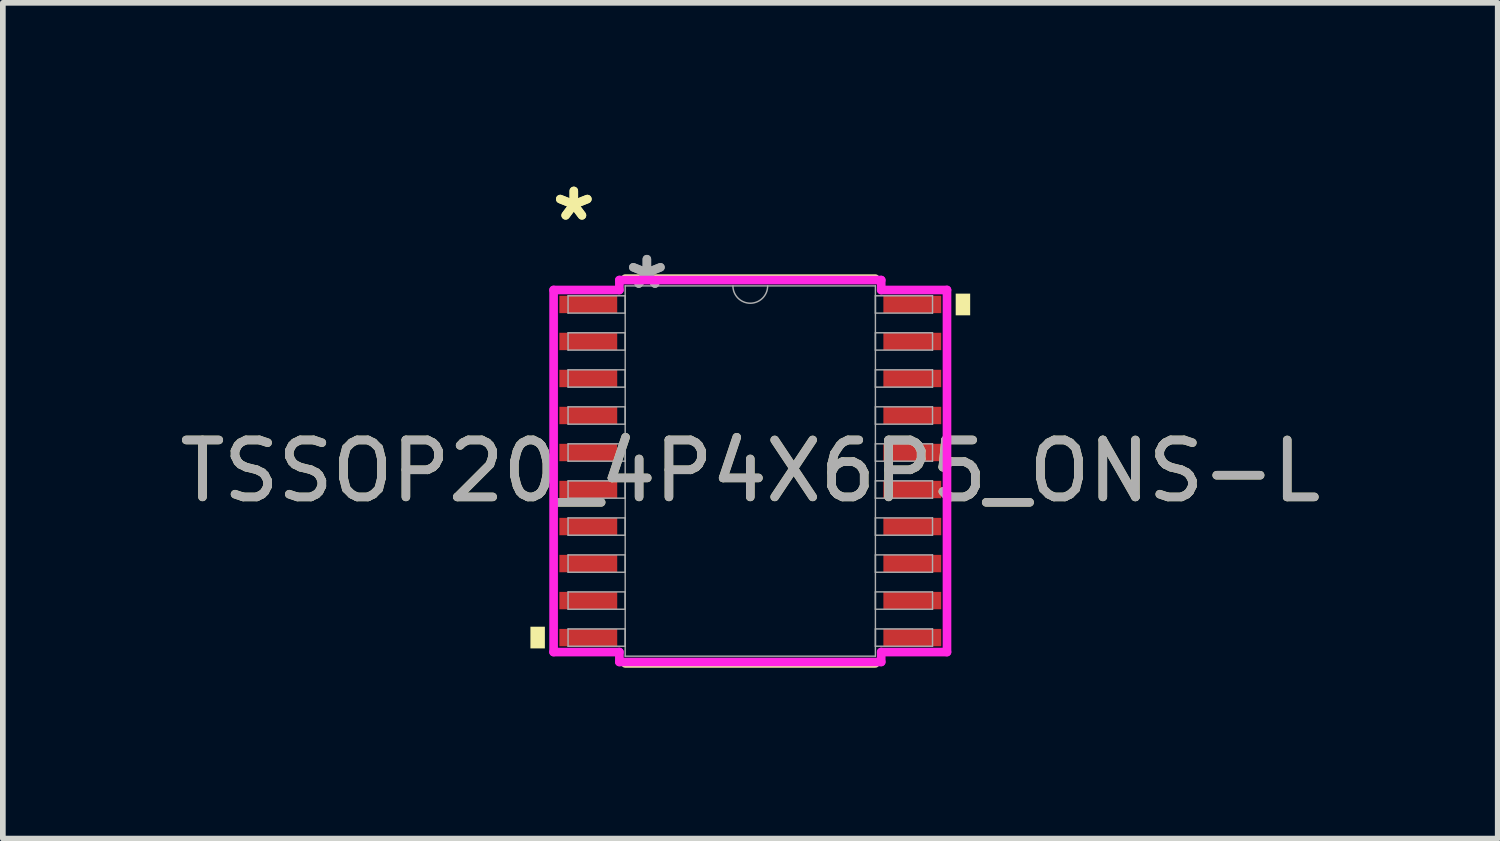
<source format=kicad_pcb>
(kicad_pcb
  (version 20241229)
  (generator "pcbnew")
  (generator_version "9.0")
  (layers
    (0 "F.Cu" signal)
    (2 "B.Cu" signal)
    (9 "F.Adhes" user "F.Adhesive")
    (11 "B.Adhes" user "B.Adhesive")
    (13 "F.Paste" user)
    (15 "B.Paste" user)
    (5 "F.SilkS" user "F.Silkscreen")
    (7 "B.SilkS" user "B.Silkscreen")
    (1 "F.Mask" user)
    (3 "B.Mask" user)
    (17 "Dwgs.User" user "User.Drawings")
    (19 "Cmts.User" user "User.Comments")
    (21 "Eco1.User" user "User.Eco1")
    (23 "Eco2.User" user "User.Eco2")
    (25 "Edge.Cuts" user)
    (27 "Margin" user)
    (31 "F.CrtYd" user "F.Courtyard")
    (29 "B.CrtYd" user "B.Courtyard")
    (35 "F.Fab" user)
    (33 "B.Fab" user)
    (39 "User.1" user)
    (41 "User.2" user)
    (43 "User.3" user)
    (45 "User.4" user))
  (footprint "TSSOP20_4P4X6P5_ONS-L"
    (layer "F.Cu")
    (at 10.125 5.221)
    (property "Reference" "TSSOP20_4P4X6P5_ONS-L" (at 0 0 0) (unlocked yes) (layer "F.SilkS") (effects (font (size 1 1) (thickness 0.15))))
    (attr smd)
    (fp_line (start -2.195 3.378) (end 2.195 3.378) (stroke (width 0.152) (type solid)) (layer "F.SilkS"))
    (fp_line (start 2.195 -3.378) (end -2.195 -3.378) (stroke (width 0.152) (type solid)) (layer "F.SilkS"))
    (fp_poly (pts (xy -3.861 2.734) (xy -3.861 3.115) (xy -3.607 3.115) (xy -3.607 2.734)) (stroke (width 0) (type solid)) (fill yes) (layer "F.SilkS"))
    (fp_poly (pts (xy 3.861 -3.115) (xy 3.861 -2.734) (xy 3.607 -2.734) (xy 3.607 -3.115)) (stroke (width 0) (type solid)) (fill yes) (layer "F.SilkS"))
    (fp_line (start -3.454 -3.179) (end -2.299 -3.179) (stroke (width 0.152) (type solid)) (layer "F.CrtYd"))
    (fp_line (start -3.454 3.179) (end -3.454 -3.179) (stroke (width 0.152) (type solid)) (layer "F.CrtYd"))
    (fp_line (start -3.454 3.179) (end -2.299 3.179) (stroke (width 0.152) (type solid)) (layer "F.CrtYd"))
    (fp_line (start -2.299 -3.353) (end 2.299 -3.353) (stroke (width 0.152) (type solid)) (layer "F.CrtYd"))
    (fp_line (start -2.299 -3.179) (end -2.299 -3.353) (stroke (width 0.152) (type solid)) (layer "F.CrtYd"))
    (fp_line (start -2.299 3.353) (end -2.299 3.179) (stroke (width 0.152) (type solid)) (layer "F.CrtYd"))
    (fp_line (start 2.299 -3.353) (end 2.299 -3.179) (stroke (width 0.152) (type solid)) (layer "F.CrtYd"))
    (fp_line (start 2.299 3.179) (end 2.299 3.353) (stroke (width 0.152) (type solid)) (layer "F.CrtYd"))
    (fp_line (start 2.299 3.353) (end -2.299 3.353) (stroke (width 0.152) (type solid)) (layer "F.CrtYd"))
    (fp_line (start 3.454 -3.179) (end 2.299 -3.179) (stroke (width 0.152) (type solid)) (layer "F.CrtYd"))
    (fp_line (start 3.454 -3.179) (end 3.454 3.179) (stroke (width 0.152) (type solid)) (layer "F.CrtYd"))
    (fp_line (start 3.454 3.179) (end 2.299 3.179) (stroke (width 0.152) (type solid)) (layer "F.CrtYd"))
    (fp_line (start -3.2 -3.077) (end -3.2 -2.773) (stroke (width 0.025) (type solid)) (layer "F.Fab"))
    (fp_line (start -3.2 -2.773) (end -2.197 -2.773) (stroke (width 0.025) (type solid)) (layer "F.Fab"))
    (fp_line (start -3.2 -2.427) (end -3.2 -2.123) (stroke (width 0.025) (type solid)) (layer "F.Fab"))
    (fp_line (start -3.2 -2.123) (end -2.197 -2.123) (stroke (width 0.025) (type solid)) (layer "F.Fab"))
    (fp_line (start -3.2 -1.777) (end -3.2 -1.473) (stroke (width 0.025) (type solid)) (layer "F.Fab"))
    (fp_line (start -3.2 -1.473) (end -2.197 -1.473) (stroke (width 0.025) (type solid)) (layer "F.Fab"))
    (fp_line (start -3.2 -1.127) (end -3.2 -0.823) (stroke (width 0.025) (type solid)) (layer "F.Fab"))
    (fp_line (start -3.2 -0.823) (end -2.197 -0.823) (stroke (width 0.025) (type solid)) (layer "F.Fab"))
    (fp_line (start -3.2 -0.477) (end -3.2 -0.173) (stroke (width 0.025) (type solid)) (layer "F.Fab"))
    (fp_line (start -3.2 -0.173) (end -2.197 -0.173) (stroke (width 0.025) (type solid)) (layer "F.Fab"))
    (fp_line (start -3.2 0.173) (end -3.2 0.477) (stroke (width 0.025) (type solid)) (layer "F.Fab"))
    (fp_line (start -3.2 0.477) (end -2.197 0.477) (stroke (width 0.025) (type solid)) (layer "F.Fab"))
    (fp_line (start -3.2 0.823) (end -3.2 1.127) (stroke (width 0.025) (type solid)) (layer "F.Fab"))
    (fp_line (start -3.2 1.127) (end -2.197 1.127) (stroke (width 0.025) (type solid)) (layer "F.Fab"))
    (fp_line (start -3.2 1.473) (end -3.2 1.777) (stroke (width 0.025) (type solid)) (layer "F.Fab"))
    (fp_line (start -3.2 1.777) (end -2.197 1.777) (stroke (width 0.025) (type solid)) (layer "F.Fab"))
    (fp_line (start -3.2 2.123) (end -3.2 2.427) (stroke (width 0.025) (type solid)) (layer "F.Fab"))
    (fp_line (start -3.2 2.427) (end -2.197 2.427) (stroke (width 0.025) (type solid)) (layer "F.Fab"))
    (fp_line (start -3.2 2.773) (end -3.2 3.077) (stroke (width 0.025) (type solid)) (layer "F.Fab"))
    (fp_line (start -3.2 3.077) (end -2.197 3.077) (stroke (width 0.025) (type solid)) (layer "F.Fab"))
    (fp_line (start -2.197 -3.251) (end -2.197 3.251) (stroke (width 0.025) (type solid)) (layer "F.Fab"))
    (fp_line (start -2.197 -3.077) (end -3.2 -3.077) (stroke (width 0.025) (type solid)) (layer "F.Fab"))
    (fp_line (start -2.197 -2.773) (end -2.197 -3.077) (stroke (width 0.025) (type solid)) (layer "F.Fab"))
    (fp_line (start -2.197 -2.427) (end -3.2 -2.427) (stroke (width 0.025) (type solid)) (layer "F.Fab"))
    (fp_line (start -2.197 -2.123) (end -2.197 -2.427) (stroke (width 0.025) (type solid)) (layer "F.Fab"))
    (fp_line (start -2.197 -1.777) (end -3.2 -1.777) (stroke (width 0.025) (type solid)) (layer "F.Fab"))
    (fp_line (start -2.197 -1.473) (end -2.197 -1.777) (stroke (width 0.025) (type solid)) (layer "F.Fab"))
    (fp_line (start -2.197 -1.127) (end -3.2 -1.127) (stroke (width 0.025) (type solid)) (layer "F.Fab"))
    (fp_line (start -2.197 -0.823) (end -2.197 -1.127) (stroke (width 0.025) (type solid)) (layer "F.Fab"))
    (fp_line (start -2.197 -0.477) (end -3.2 -0.477) (stroke (width 0.025) (type solid)) (layer "F.Fab"))
    (fp_line (start -2.197 -0.173) (end -2.197 -0.477) (stroke (width 0.025) (type solid)) (layer "F.Fab"))
    (fp_line (start -2.197 0.173) (end -3.2 0.173) (stroke (width 0.025) (type solid)) (layer "F.Fab"))
    (fp_line (start -2.197 0.477) (end -2.197 0.173) (stroke (width 0.025) (type solid)) (layer "F.Fab"))
    (fp_line (start -2.197 0.823) (end -3.2 0.823) (stroke (width 0.025) (type solid)) (layer "F.Fab"))
    (fp_line (start -2.197 1.127) (end -2.197 0.823) (stroke (width 0.025) (type solid)) (layer "F.Fab"))
    (fp_line (start -2.197 1.473) (end -3.2 1.473) (stroke (width 0.025) (type solid)) (layer "F.Fab"))
    (fp_line (start -2.197 1.777) (end -2.197 1.473) (stroke (width 0.025) (type solid)) (layer "F.Fab"))
    (fp_line (start -2.197 2.123) (end -3.2 2.123) (stroke (width 0.025) (type solid)) (layer "F.Fab"))
    (fp_line (start -2.197 2.427) (end -2.197 2.123) (stroke (width 0.025) (type solid)) (layer "F.Fab"))
    (fp_line (start -2.197 2.773) (end -3.2 2.773) (stroke (width 0.025) (type solid)) (layer "F.Fab"))
    (fp_line (start -2.197 3.077) (end -2.197 2.773) (stroke (width 0.025) (type solid)) (layer "F.Fab"))
    (fp_line (start -2.197 3.251) (end 2.197 3.251) (stroke (width 0.025) (type solid)) (layer "F.Fab"))
    (fp_line (start 2.197 -3.251) (end -2.197 -3.251) (stroke (width 0.025) (type solid)) (layer "F.Fab"))
    (fp_line (start 2.197 -3.077) (end 2.197 -2.773) (stroke (width 0.025) (type solid)) (layer "F.Fab"))
    (fp_line (start 2.197 -2.773) (end 3.2 -2.773) (stroke (width 0.025) (type solid)) (layer "F.Fab"))
    (fp_line (start 2.197 -2.427) (end 2.197 -2.123) (stroke (width 0.025) (type solid)) (layer "F.Fab"))
    (fp_line (start 2.197 -2.123) (end 3.2 -2.123) (stroke (width 0.025) (type solid)) (layer "F.Fab"))
    (fp_line (start 2.197 -1.777) (end 2.197 -1.473) (stroke (width 0.025) (type solid)) (layer "F.Fab"))
    (fp_line (start 2.197 -1.473) (end 3.2 -1.473) (stroke (width 0.025) (type solid)) (layer "F.Fab"))
    (fp_line (start 2.197 -1.127) (end 2.197 -0.823) (stroke (width 0.025) (type solid)) (layer "F.Fab"))
    (fp_line (start 2.197 -0.823) (end 3.2 -0.823) (stroke (width 0.025) (type solid)) (layer "F.Fab"))
    (fp_line (start 2.197 -0.477) (end 2.197 -0.173) (stroke (width 0.025) (type solid)) (layer "F.Fab"))
    (fp_line (start 2.197 -0.173) (end 3.2 -0.173) (stroke (width 0.025) (type solid)) (layer "F.Fab"))
    (fp_line (start 2.197 0.173) (end 2.197 0.477) (stroke (width 0.025) (type solid)) (layer "F.Fab"))
    (fp_line (start 2.197 0.477) (end 3.2 0.477) (stroke (width 0.025) (type solid)) (layer "F.Fab"))
    (fp_line (start 2.197 0.823) (end 2.197 1.127) (stroke (width 0.025) (type solid)) (layer "F.Fab"))
    (fp_line (start 2.197 1.127) (end 3.2 1.127) (stroke (width 0.025) (type solid)) (layer "F.Fab"))
    (fp_line (start 2.197 1.473) (end 2.197 1.777) (stroke (width 0.025) (type solid)) (layer "F.Fab"))
    (fp_line (start 2.197 1.777) (end 3.2 1.777) (stroke (width 0.025) (type solid)) (layer "F.Fab"))
    (fp_line (start 2.197 2.123) (end 2.197 2.427) (stroke (width 0.025) (type solid)) (layer "F.Fab"))
    (fp_line (start 2.197 2.427) (end 3.2 2.427) (stroke (width 0.025) (type solid)) (layer "F.Fab"))
    (fp_line (start 2.197 2.773) (end 2.197 3.077) (stroke (width 0.025) (type solid)) (layer "F.Fab"))
    (fp_line (start 2.197 3.077) (end 3.2 3.077) (stroke (width 0.025) (type solid)) (layer "F.Fab"))
    (fp_line (start 2.197 3.251) (end 2.197 -3.251) (stroke (width 0.025) (type solid)) (layer "F.Fab"))
    (fp_line (start 3.2 -3.077) (end 2.197 -3.077) (stroke (width 0.025) (type solid)) (layer "F.Fab"))
    (fp_line (start 3.2 -2.773) (end 3.2 -3.077) (stroke (width 0.025) (type solid)) (layer "F.Fab"))
    (fp_line (start 3.2 -2.427) (end 2.197 -2.427) (stroke (width 0.025) (type solid)) (layer "F.Fab"))
    (fp_line (start 3.2 -2.123) (end 3.2 -2.427) (stroke (width 0.025) (type solid)) (layer "F.Fab"))
    (fp_line (start 3.2 -1.777) (end 2.197 -1.777) (stroke (width 0.025) (type solid)) (layer "F.Fab"))
    (fp_line (start 3.2 -1.473) (end 3.2 -1.777) (stroke (width 0.025) (type solid)) (layer "F.Fab"))
    (fp_line (start 3.2 -1.127) (end 2.197 -1.127) (stroke (width 0.025) (type solid)) (layer "F.Fab"))
    (fp_line (start 3.2 -0.823) (end 3.2 -1.127) (stroke (width 0.025) (type solid)) (layer "F.Fab"))
    (fp_line (start 3.2 -0.477) (end 2.197 -0.477) (stroke (width 0.025) (type solid)) (layer "F.Fab"))
    (fp_line (start 3.2 -0.173) (end 3.2 -0.477) (stroke (width 0.025) (type solid)) (layer "F.Fab"))
    (fp_line (start 3.2 0.173) (end 2.197 0.173) (stroke (width 0.025) (type solid)) (layer "F.Fab"))
    (fp_line (start 3.2 0.477) (end 3.2 0.173) (stroke (width 0.025) (type solid)) (layer "F.Fab"))
    (fp_line (start 3.2 0.823) (end 2.197 0.823) (stroke (width 0.025) (type solid)) (layer "F.Fab"))
    (fp_line (start 3.2 1.127) (end 3.2 0.823) (stroke (width 0.025) (type solid)) (layer "F.Fab"))
    (fp_line (start 3.2 1.473) (end 2.197 1.473) (stroke (width 0.025) (type solid)) (layer "F.Fab"))
    (fp_line (start 3.2 1.777) (end 3.2 1.473) (stroke (width 0.025) (type solid)) (layer "F.Fab"))
    (fp_line (start 3.2 2.123) (end 2.197 2.123) (stroke (width 0.025) (type solid)) (layer "F.Fab"))
    (fp_line (start 3.2 2.427) (end 3.2 2.123) (stroke (width 0.025) (type solid)) (layer "F.Fab"))
    (fp_line (start 3.2 2.773) (end 2.197 2.773) (stroke (width 0.025) (type solid)) (layer "F.Fab"))
    (fp_line (start 3.2 3.077) (end 3.2 2.773) (stroke (width 0.025) (type solid)) (layer "F.Fab"))
    (fp_arc (start 0.3048 -3.2512) (mid 0 -2.9464) (end -0.3048 -3.2512) (stroke (width 0.0254) (type solid)) (layer "F.Fab"))
    (fp_text user "*" (at -3.099 -4.373 0) (layer "F.SilkS") (effects (font (size 1 1) (thickness 0.15))))
    (fp_text user "*" (at -3.099 -4.373 0) (unlocked yes) (layer "F.SilkS") (effects (font (size 1 1) (thickness 0.15))))
    (fp_text user "${REFERENCE}" (at 0 0 0) (unlocked yes) (layer "F.Fab") (effects (font (size 1 1) (thickness 0.15))))
    (fp_text user "*" (at -1.816 -3.175 0) (layer "F.Fab") (effects (font (size 1 1) (thickness 0.15))))
    (fp_text user "*" (at -1.816 -3.175 0) (unlocked yes) (layer "F.Fab") (effects (font (size 1 1) (thickness 0.15))))
    (pad "1" smd rect (at -2.845 -2.925) (size 1.016 0.305) (layers "F.Cu" "F.Mask" "F.Paste"))
    (pad "2" smd rect (at -2.845 -2.275) (size 1.016 0.305) (layers "F.Cu" "F.Mask" "F.Paste"))
    (pad "3" smd rect (at -2.845 -1.625) (size 1.016 0.305) (layers "F.Cu" "F.Mask" "F.Paste"))
    (pad "4" smd rect (at -2.845 -0.975) (size 1.016 0.305) (layers "F.Cu" "F.Mask" "F.Paste"))
    (pad "5" smd rect (at -2.845 -0.325) (size 1.016 0.305) (layers "F.Cu" "F.Mask" "F.Paste"))
    (pad "6" smd rect (at -2.845 0.325) (size 1.016 0.305) (layers "F.Cu" "F.Mask" "F.Paste"))
    (pad "7" smd rect (at -2.845 0.975) (size 1.016 0.305) (layers "F.Cu" "F.Mask" "F.Paste"))
    (pad "8" smd rect (at -2.845 1.625) (size 1.016 0.305) (layers "F.Cu" "F.Mask" "F.Paste"))
    (pad "9" smd rect (at -2.845 2.275) (size 1.016 0.305) (layers "F.Cu" "F.Mask" "F.Paste"))
    (pad "10" smd rect (at -2.845 2.925) (size 1.016 0.305) (layers "F.Cu" "F.Mask" "F.Paste"))
    (pad "11" smd rect (at 2.845 2.925) (size 1.016 0.305) (layers "F.Cu" "F.Mask" "F.Paste"))
    (pad "12" smd rect (at 2.845 2.275) (size 1.016 0.305) (layers "F.Cu" "F.Mask" "F.Paste"))
    (pad "13" smd rect (at 2.845 1.625) (size 1.016 0.305) (layers "F.Cu" "F.Mask" "F.Paste"))
    (pad "14" smd rect (at 2.845 0.975) (size 1.016 0.305) (layers "F.Cu" "F.Mask" "F.Paste"))
    (pad "15" smd rect (at 2.845 0.325) (size 1.016 0.305) (layers "F.Cu" "F.Mask" "F.Paste"))
    (pad "16" smd rect (at 2.845 -0.325) (size 1.016 0.305) (layers "F.Cu" "F.Mask" "F.Paste"))
    (pad "17" smd rect (at 2.845 -0.975) (size 1.016 0.305) (layers "F.Cu" "F.Mask" "F.Paste"))
    (pad "18" smd rect (at 2.845 -1.625) (size 1.016 0.305) (layers "F.Cu" "F.Mask" "F.Paste"))
    (pad "19" smd rect (at 2.845 -2.275) (size 1.016 0.305) (layers "F.Cu" "F.Mask" "F.Paste"))
    (pad "20" smd rect (at 2.845 -2.925) (size 1.016 0.305) (layers "F.Cu" "F.Mask" "F.Paste")))
  (gr_rect
    (start -3 -3)
    (end 23.25 11.675)
    (stroke (width 0.1) (type default))
    (fill no)
    (layer "Edge.Cuts")))
</source>
